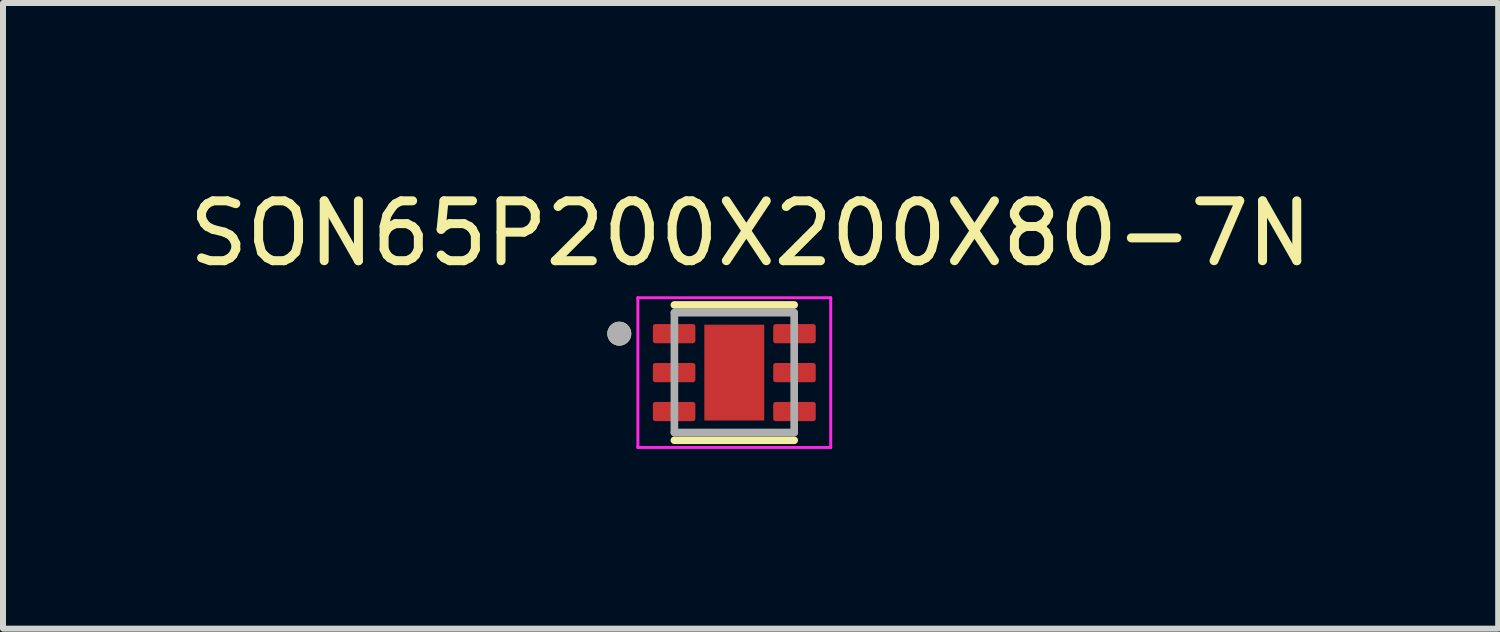
<source format=kicad_pcb>
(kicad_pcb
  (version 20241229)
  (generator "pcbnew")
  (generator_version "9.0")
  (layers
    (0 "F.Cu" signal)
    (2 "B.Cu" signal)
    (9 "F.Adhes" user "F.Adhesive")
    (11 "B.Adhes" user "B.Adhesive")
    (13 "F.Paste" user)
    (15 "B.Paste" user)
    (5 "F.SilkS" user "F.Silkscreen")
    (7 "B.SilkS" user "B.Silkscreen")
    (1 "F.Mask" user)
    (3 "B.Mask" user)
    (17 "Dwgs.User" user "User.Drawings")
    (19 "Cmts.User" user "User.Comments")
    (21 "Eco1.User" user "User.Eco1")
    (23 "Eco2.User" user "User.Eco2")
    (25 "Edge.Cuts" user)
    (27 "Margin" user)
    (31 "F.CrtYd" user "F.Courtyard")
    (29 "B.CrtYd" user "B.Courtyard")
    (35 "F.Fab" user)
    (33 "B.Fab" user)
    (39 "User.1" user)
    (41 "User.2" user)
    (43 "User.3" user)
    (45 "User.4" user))
  (footprint "SON65P200X200X80-7N"
    (layer "F.Cu")
    (at 9.21 3.171)
    (property "Reference" "SON65P200X200X80-7N" (at 0.272 -2.323 0) (layer "F.SilkS") (effects (font (size 1 1) (thickness 0.15))))
    (attr smd)
    (fp_line (start -1 -1.13) (end 1 -1.13) (stroke (width 0.127) (type solid)) (layer "F.SilkS"))
    (fp_line (start -1 1.13) (end 1 1.13) (stroke (width 0.127) (type solid)) (layer "F.SilkS"))
    (fp_circle (center -1.92 -0.65) (end -1.82 -0.65) (stroke (width 0.2) (type solid)) (fill no) (layer "F.SilkS"))
    (fp_poly (pts (xy -0.32 -0.51) (xy 0.32 -0.51) (xy 0.32 0.51) (xy -0.32 0.51)) (stroke (width 0.01) (type solid)) (fill yes) (layer "F.Paste"))
    (fp_line (start -1.61 -1.25) (end -1.61 1.25) (stroke (width 0.05) (type solid)) (layer "F.CrtYd"))
    (fp_line (start -1.61 -1.25) (end 1.61 -1.25) (stroke (width 0.05) (type solid)) (layer "F.CrtYd"))
    (fp_line (start -1.61 1.25) (end 1.61 1.25) (stroke (width 0.05) (type solid)) (layer "F.CrtYd"))
    (fp_line (start 1.61 -1.25) (end 1.61 1.25) (stroke (width 0.05) (type solid)) (layer "F.CrtYd"))
    (fp_line (start -1 -1) (end -1 1) (stroke (width 0.127) (type solid)) (layer "F.Fab"))
    (fp_line (start -1 -1) (end 1 -1) (stroke (width 0.127) (type solid)) (layer "F.Fab"))
    (fp_line (start -1 1) (end 1 1) (stroke (width 0.127) (type solid)) (layer "F.Fab"))
    (fp_line (start 1 -1) (end 1 1) (stroke (width 0.127) (type solid)) (layer "F.Fab"))
    (fp_circle (center -1.92 -0.65) (end -1.82 -0.65) (stroke (width 0.2) (type solid)) (fill no) (layer "F.Fab"))
    (pad "1" smd roundrect (at -1.005 -0.65) (size 0.71 0.32) (layers "F.Cu" "F.Mask" "F.Paste") (roundrect_rratio 0.125))
    (pad "2" smd roundrect (at -1.005 0) (size 0.71 0.32) (layers "F.Cu" "F.Mask" "F.Paste") (roundrect_rratio 0.125))
    (pad "3" smd roundrect (at -1.005 0.65) (size 0.71 0.32) (layers "F.Cu" "F.Mask" "F.Paste") (roundrect_rratio 0.125))
    (pad "4" smd roundrect (at 1.005 0.65) (size 0.71 0.32) (layers "F.Cu" "F.Mask" "F.Paste") (roundrect_rratio 0.125))
    (pad "5" smd roundrect (at 1.005 0) (size 0.71 0.32) (layers "F.Cu" "F.Mask" "F.Paste") (roundrect_rratio 0.125))
    (pad "6" smd roundrect (at 1.005 -0.65) (size 0.71 0.32) (layers "F.Cu" "F.Mask" "F.Paste") (roundrect_rratio 0.125))
    (pad "7" smd rect (at 0 0) (size 1 1.6) (layers "F.Cu" "F.Mask")))
  (gr_rect
    (start -3 -3)
    (end 21.964 7.446)
    (stroke (width 0.1) (type default))
    (fill no)
    (layer "Edge.Cuts")))
</source>
